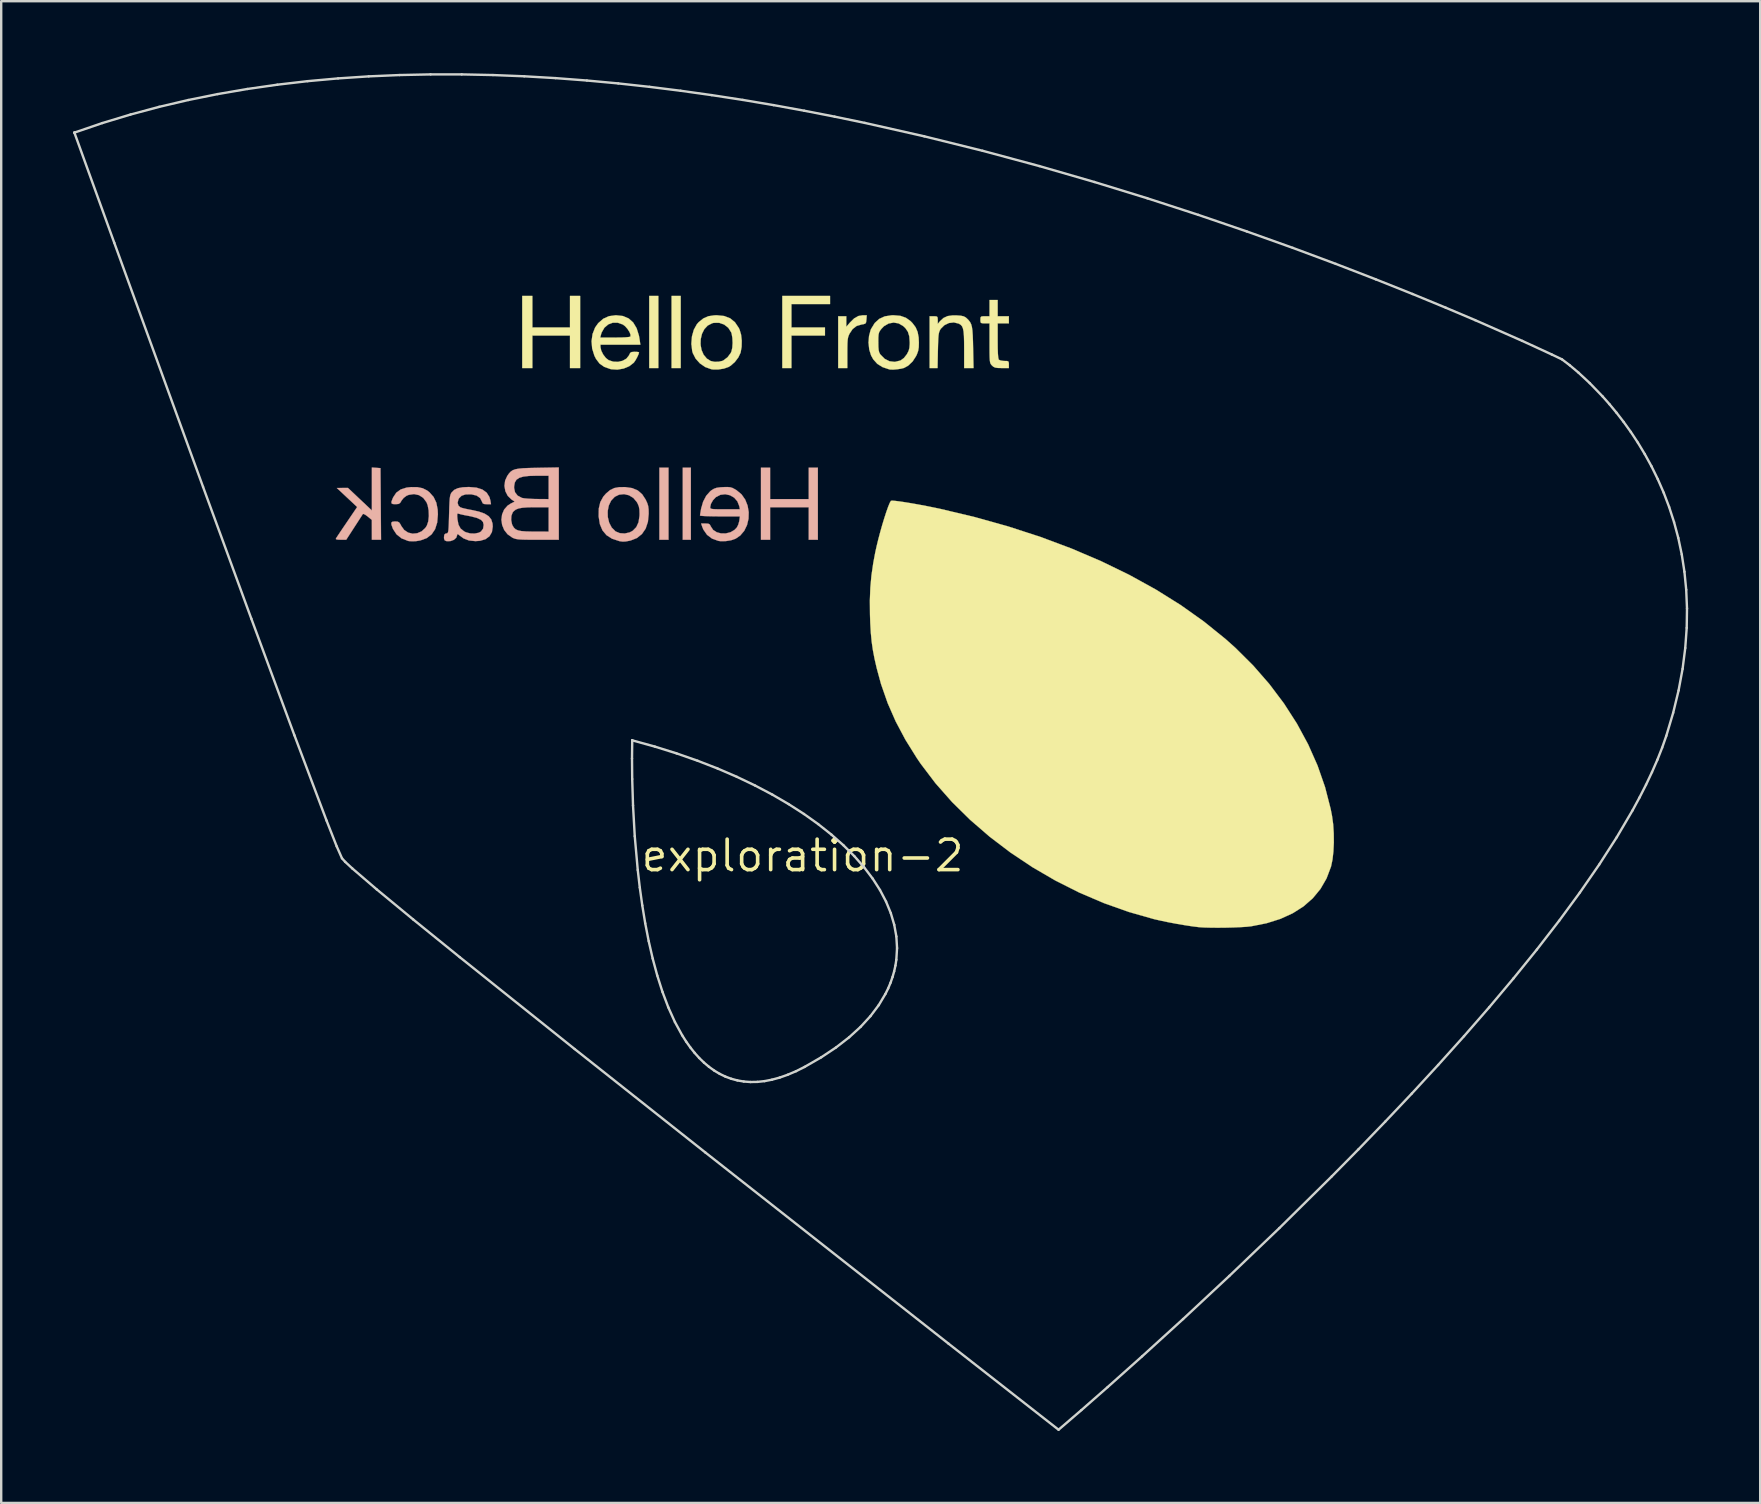
<source format=kicad_pcb>
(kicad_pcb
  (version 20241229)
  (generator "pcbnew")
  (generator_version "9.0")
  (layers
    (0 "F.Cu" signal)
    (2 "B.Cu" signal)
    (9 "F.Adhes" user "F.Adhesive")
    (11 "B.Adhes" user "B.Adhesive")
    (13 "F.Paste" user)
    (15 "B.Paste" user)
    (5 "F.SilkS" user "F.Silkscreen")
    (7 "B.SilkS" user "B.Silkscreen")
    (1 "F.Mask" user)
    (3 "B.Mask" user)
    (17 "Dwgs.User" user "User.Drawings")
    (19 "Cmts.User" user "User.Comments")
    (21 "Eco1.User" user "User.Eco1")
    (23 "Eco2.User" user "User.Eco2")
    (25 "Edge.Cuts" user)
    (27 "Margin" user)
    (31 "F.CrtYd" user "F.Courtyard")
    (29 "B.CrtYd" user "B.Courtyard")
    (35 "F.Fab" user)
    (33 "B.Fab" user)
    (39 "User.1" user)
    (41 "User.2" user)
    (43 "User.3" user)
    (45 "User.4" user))
  (footprint "exploration-2"
    (layer "F.Cu")
    (at 30.395 32.607)
    (property "Reference" "exploration-2" (at 0 0 0) (layer "F.SilkS") (effects (font (size 1.27 1.27) (thickness 0.15))))
    (attr through_hole)
    (fp_poly (pts (xy -6.011 -20.32) (xy -6.392 -20.32) (xy -6.392 -23.326) (xy -6.011 -23.326) (xy -6.011 -20.32)) (stroke (width 0.01) (type solid)) (fill yes) (layer "F.SilkS"))
    (fp_poly (pts (xy -5.08 -20.32) (xy -5.461 -20.32) (xy -5.461 -23.326) (xy -5.08 -23.326) (xy -5.08 -20.32)) (stroke (width 0.01) (type solid)) (fill yes) (layer "F.SilkS"))
    (fp_poly (pts (xy 1.143 -22.987) (xy -0.466 -22.987) (xy -0.466 -22.013) (xy 0.931 -22.013) (xy 0.931 -21.675) (xy -0.466 -21.675) (xy -0.466 -20.32) (xy -0.847 -20.32) (xy -0.847 -23.326) (xy 1.143 -23.326) (xy 1.143 -22.987)) (stroke (width 0.01) (type solid)) (fill yes) (layer "F.SilkS"))
    (fp_poly (pts (xy -11.261 -22.013) (xy -9.694 -22.013) (xy -9.694 -23.326) (xy -9.271 -23.326) (xy -9.271 -20.32) (xy -9.694 -20.32) (xy -9.694 -21.675) (xy -11.261 -21.675) (xy -11.261 -20.32) (xy -11.684 -20.32) (xy -11.684 -23.326) (xy -11.261 -23.326) (xy -11.261 -22.013)) (stroke (width 0.01) (type solid)) (fill yes) (layer "F.SilkS"))
    (fp_poly (pts (xy 2.659 -22.341) (xy 2.646 -22.228) (xy 2.613 -22.173) (xy 2.534 -22.147) (xy 2.465 -22.137) (xy 2.252 -22.075) (xy 2.084 -21.946) (xy 1.958 -21.758) (xy 1.92 -21.677) (xy 1.894 -21.595) (xy 1.877 -21.494) (xy 1.868 -21.358) (xy 1.864 -21.169) (xy 1.863 -20.946) (xy 1.863 -20.32) (xy 1.482 -20.32) (xy 1.482 -22.479) (xy 1.82 -22.479) (xy 1.82 -22.04) (xy 1.973 -22.218) (xy 2.149 -22.391) (xy 2.324 -22.489) (xy 2.513 -22.521) (xy 2.519 -22.521) (xy 2.672 -22.521) (xy 2.659 -22.341)) (stroke (width 0.01) (type solid)) (fill yes) (layer "F.SilkS"))
    (fp_poly (pts (xy 8.128 -22.479) (xy 8.594 -22.479) (xy 8.594 -22.183) (xy 8.128 -22.183) (xy 8.128 -21.45) (xy 8.13 -21.146) (xy 8.138 -20.92) (xy 8.15 -20.768) (xy 8.169 -20.684) (xy 8.179 -20.667) (xy 8.251 -20.635) (xy 8.368 -20.618) (xy 8.412 -20.616) (xy 8.525 -20.613) (xy 8.578 -20.589) (xy 8.593 -20.526) (xy 8.594 -20.468) (xy 8.594 -20.32) (xy 8.295 -20.32) (xy 8.131 -20.324) (xy 8.024 -20.34) (xy 7.95 -20.374) (xy 7.893 -20.424) (xy 7.858 -20.462) (xy 7.831 -20.502) (xy 7.813 -20.557) (xy 7.801 -20.639) (xy 7.794 -20.761) (xy 7.79 -20.935) (xy 7.789 -21.174) (xy 7.789 -21.355) (xy 7.789 -22.183) (xy 7.599 -22.183) (xy 7.482 -22.186) (xy 7.426 -22.207) (xy 7.41 -22.265) (xy 7.408 -22.331) (xy 7.412 -22.422) (xy 7.44 -22.465) (xy 7.514 -22.478) (xy 7.599 -22.479) (xy 7.789 -22.479) (xy 7.789 -23.156) (xy 8.128 -23.156) (xy 8.128 -22.479)) (stroke (width 0.01) (type solid)) (fill yes) (layer "F.SilkS"))
    (fp_poly (pts (xy 6.417 -22.514) (xy 6.591 -22.501) (xy 6.706 -22.477) (xy 6.789 -22.435) (xy 6.838 -22.394) (xy 6.917 -22.315) (xy 6.977 -22.238) (xy 7.022 -22.148) (xy 7.054 -22.035) (xy 7.075 -21.884) (xy 7.089 -21.683) (xy 7.099 -21.42) (xy 7.104 -21.177) (xy 7.122 -20.32) (xy 6.731 -20.32) (xy 6.731 -21.105) (xy 6.729 -21.42) (xy 6.722 -21.662) (xy 6.707 -21.841) (xy 6.681 -21.97) (xy 6.643 -22.06) (xy 6.589 -22.121) (xy 6.518 -22.166) (xy 6.499 -22.174) (xy 6.301 -22.222) (xy 6.096 -22.197) (xy 5.908 -22.107) (xy 5.759 -21.96) (xy 5.736 -21.924) (xy 5.705 -21.861) (xy 5.681 -21.787) (xy 5.664 -21.687) (xy 5.653 -21.546) (xy 5.645 -21.352) (xy 5.638 -21.088) (xy 5.637 -21.05) (xy 5.623 -20.32) (xy 5.292 -20.32) (xy 5.292 -22.479) (xy 5.461 -22.479) (xy 5.569 -22.475) (xy 5.618 -22.447) (xy 5.63 -22.372) (xy 5.631 -22.32) (xy 5.631 -22.162) (xy 5.726 -22.274) (xy 5.87 -22.407) (xy 6.041 -22.486) (xy 6.259 -22.516) (xy 6.417 -22.514)) (stroke (width 0.01) (type solid)) (fill yes) (layer "F.SilkS"))
    (fp_poly (pts (xy -3.267 -22.489) (xy -3.019 -22.393) (xy -2.819 -22.229) (xy -2.661 -21.994) (xy -2.625 -21.918) (xy -2.564 -21.712) (xy -2.536 -21.462) (xy -2.542 -21.203) (xy -2.583 -20.971) (xy -2.586 -20.959) (xy -2.677 -20.766) (xy -2.821 -20.576) (xy -2.993 -20.422) (xy -3.084 -20.366) (xy -3.279 -20.298) (xy -3.511 -20.261) (xy -3.737 -20.262) (xy -3.811 -20.273) (xy -4.058 -20.362) (xy -4.28 -20.514) (xy -4.458 -20.713) (xy -4.576 -20.942) (xy -4.602 -21.035) (xy -4.631 -21.297) (xy -4.253 -21.297) (xy -4.212 -21.075) (xy -4.125 -20.875) (xy -3.989 -20.713) (xy -3.831 -20.615) (xy -3.679 -20.581) (xy -3.499 -20.584) (xy -3.34 -20.62) (xy -3.31 -20.633) (xy -3.129 -20.769) (xy -2.994 -20.95) (xy -2.964 -21.018) (xy -2.93 -21.171) (xy -2.917 -21.369) (xy -2.927 -21.575) (xy -2.957 -21.751) (xy -2.976 -21.809) (xy -3.098 -21.999) (xy -3.271 -22.134) (xy -3.478 -22.206) (xy -3.7 -22.204) (xy -3.768 -22.188) (xy -3.954 -22.092) (xy -4.097 -21.939) (xy -4.194 -21.745) (xy -4.246 -21.525) (xy -4.253 -21.297) (xy -4.631 -21.297) (xy -4.636 -21.342) (xy -4.611 -21.642) (xy -4.534 -21.916) (xy -4.407 -22.146) (xy -4.328 -22.236) (xy -4.136 -22.389) (xy -3.928 -22.48) (xy -3.678 -22.518) (xy -3.568 -22.52) (xy -3.267 -22.489)) (stroke (width 0.01) (type solid)) (fill yes) (layer "F.SilkS"))
    (fp_poly (pts (xy 4.078 -22.495) (xy 4.306 -22.414) (xy 4.505 -22.27) (xy 4.577 -22.195) (xy 4.709 -22.019) (xy 4.792 -21.826) (xy 4.835 -21.595) (xy 4.845 -21.378) (xy 4.839 -21.185) (xy 4.815 -21.037) (xy 4.764 -20.895) (xy 4.729 -20.821) (xy 4.583 -20.595) (xy 4.397 -20.419) (xy 4.226 -20.325) (xy 4.105 -20.294) (xy 3.945 -20.27) (xy 3.783 -20.256) (xy 3.653 -20.258) (xy 3.619 -20.263) (xy 3.333 -20.358) (xy 3.112 -20.495) (xy 2.943 -20.684) (xy 2.851 -20.849) (xy 2.775 -21.094) (xy 2.747 -21.374) (xy 2.748 -21.402) (xy 3.154 -21.402) (xy 3.154 -21.399) (xy 3.157 -21.202) (xy 3.168 -21.068) (xy 3.191 -20.975) (xy 3.229 -20.902) (xy 3.242 -20.884) (xy 3.418 -20.706) (xy 3.622 -20.603) (xy 3.842 -20.577) (xy 4.066 -20.632) (xy 4.091 -20.643) (xy 4.222 -20.74) (xy 4.341 -20.891) (xy 4.35 -20.906) (xy 4.415 -21.033) (xy 4.449 -21.156) (xy 4.462 -21.31) (xy 4.463 -21.398) (xy 4.445 -21.643) (xy 4.387 -21.831) (xy 4.281 -21.986) (xy 4.191 -22.07) (xy 4 -22.181) (xy 3.792 -22.216) (xy 3.584 -22.177) (xy 3.392 -22.066) (xy 3.285 -21.956) (xy 3.223 -21.875) (xy 3.185 -21.802) (xy 3.164 -21.714) (xy 3.155 -21.589) (xy 3.154 -21.402) (xy 2.748 -21.402) (xy 2.767 -21.657) (xy 2.835 -21.91) (xy 2.853 -21.95) (xy 3.003 -22.195) (xy 3.191 -22.368) (xy 3.425 -22.475) (xy 3.712 -22.519) (xy 3.798 -22.52) (xy 4.078 -22.495)) (stroke (width 0.01) (type solid)) (fill yes) (layer "F.SilkS"))
    (fp_poly (pts (xy -7.486 -22.488) (xy -7.249 -22.388) (xy -7.06 -22.219) (xy -6.917 -21.98) (xy -6.82 -21.67) (xy -6.789 -21.49) (xy -6.762 -21.294) (xy -8.424 -21.294) (xy -8.424 -21.197) (xy -8.392 -21.048) (xy -8.311 -20.885) (xy -8.199 -20.74) (xy -8.086 -20.651) (xy -7.893 -20.587) (xy -7.691 -20.579) (xy -7.501 -20.623) (xy -7.342 -20.714) (xy -7.237 -20.846) (xy -7.225 -20.872) (xy -7.185 -20.952) (xy -7.126 -20.988) (xy -7.016 -20.997) (xy -6.997 -20.997) (xy -6.886 -20.993) (xy -6.822 -20.981) (xy -6.816 -20.975) (xy -6.837 -20.896) (xy -6.89 -20.779) (xy -6.958 -20.655) (xy -7.025 -20.556) (xy -7.04 -20.539) (xy -7.226 -20.396) (xy -7.46 -20.299) (xy -7.718 -20.255) (xy -7.973 -20.271) (xy -8.013 -20.28) (xy -8.267 -20.37) (xy -8.46 -20.505) (xy -8.609 -20.701) (xy -8.677 -20.835) (xy -8.77 -21.134) (xy -8.795 -21.44) (xy -8.774 -21.59) (xy -8.434 -21.59) (xy -7.818 -21.59) (xy -7.565 -21.593) (xy -7.368 -21.601) (xy -7.235 -21.615) (xy -7.176 -21.632) (xy -7.175 -21.633) (xy -7.171 -21.711) (xy -7.215 -21.823) (xy -7.294 -21.947) (xy -7.392 -22.059) (xy -7.488 -22.133) (xy -7.702 -22.21) (xy -7.91 -22.21) (xy -8.101 -22.138) (xy -8.26 -22.001) (xy -8.374 -21.804) (xy -8.404 -21.706) (xy -8.434 -21.59) (xy -8.774 -21.59) (xy -8.754 -21.736) (xy -8.649 -22.005) (xy -8.518 -22.191) (xy -8.308 -22.375) (xy -8.07 -22.482) (xy -7.791 -22.52) (xy -7.771 -22.52) (xy -7.486 -22.488)) (stroke (width 0.01) (type solid)) (fill yes) (layer "F.SilkS"))
    (fp_poly (pts (xy 3.86 -14.785) (xy 4.047 -14.762) (xy 4.282 -14.727) (xy 4.556 -14.682) (xy 4.857 -14.628) (xy 5.175 -14.568) (xy 5.497 -14.503) (xy 5.722 -14.456) (xy 7.172 -14.111) (xy 8.572 -13.719) (xy 9.919 -13.281) (xy 11.209 -12.798) (xy 12.442 -12.271) (xy 13.612 -11.702) (xy 14.718 -11.092) (xy 15.757 -10.443) (xy 16.725 -9.755) (xy 17.621 -9.031) (xy 18.036 -8.66) (xy 18.775 -7.925) (xy 19.45 -7.151) (xy 20.059 -6.342) (xy 20.598 -5.503) (xy 21.065 -4.64) (xy 21.457 -3.757) (xy 21.77 -2.859) (xy 22.003 -1.951) (xy 22.061 -1.655) (xy 22.108 -1.311) (xy 22.132 -0.934) (xy 22.136 -0.548) (xy 22.118 -0.175) (xy 22.08 0.162) (xy 22.022 0.441) (xy 22.017 0.458) (xy 21.833 0.945) (xy 21.58 1.383) (xy 21.26 1.772) (xy 20.874 2.111) (xy 20.423 2.398) (xy 19.908 2.633) (xy 19.333 2.814) (xy 18.698 2.94) (xy 18.509 2.961) (xy 18.256 2.977) (xy 17.96 2.99) (xy 17.639 2.998) (xy 17.315 3.001) (xy 17.009 2.999) (xy 16.74 2.992) (xy 16.528 2.979) (xy 16.51 2.977) (xy 16.25 2.945) (xy 15.933 2.897) (xy 15.586 2.838) (xy 15.235 2.772) (xy 14.906 2.703) (xy 14.651 2.645) (xy 13.594 2.345) (xy 12.553 1.975) (xy 11.533 1.539) (xy 10.541 1.04) (xy 9.584 0.483) (xy 8.668 -0.127) (xy 7.799 -0.787) (xy 6.983 -1.492) (xy 6.226 -2.238) (xy 5.536 -3.02) (xy 4.918 -3.835) (xy 4.762 -4.064) (xy 4.283 -4.833) (xy 3.879 -5.594) (xy 3.543 -6.361) (xy 3.268 -7.15) (xy 3.088 -7.811) (xy 2.997 -8.206) (xy 2.928 -8.568) (xy 2.877 -8.921) (xy 2.842 -9.291) (xy 2.818 -9.702) (xy 2.807 -10.054) (xy 2.802 -10.637) (xy 2.822 -11.168) (xy 2.868 -11.679) (xy 2.944 -12.2) (xy 3.025 -12.631) (xy 3.084 -12.9) (xy 3.155 -13.191) (xy 3.235 -13.492) (xy 3.319 -13.79) (xy 3.405 -14.072) (xy 3.487 -14.325) (xy 3.562 -14.536) (xy 3.626 -14.693) (xy 3.675 -14.782) (xy 3.681 -14.788) (xy 3.735 -14.795) (xy 3.86 -14.785)) (stroke (width 0.01) (type solid)) (fill yes) (layer "F.SilkS"))
    (fp_poly (pts (xy -5.588 -13.166) (xy -5.969 -13.166) (xy -5.969 -16.171) (xy -5.588 -16.171) (xy -5.588 -13.166)) (stroke (width 0.01) (type solid)) (fill yes) (layer "B.SilkS"))
    (fp_poly (pts (xy -4.657 -13.166) (xy -4.995 -13.166) (xy -4.995 -16.171) (xy -4.657 -16.171) (xy -4.657 -13.166)) (stroke (width 0.01) (type solid)) (fill yes) (layer "B.SilkS"))
    (fp_poly (pts (xy -1.355 -14.859) (xy 0.254 -14.859) (xy 0.254 -16.171) (xy 0.635 -16.171) (xy 0.635 -13.166) (xy 0.254 -13.166) (xy 0.254 -14.52) (xy -1.355 -14.52) (xy -1.355 -13.166) (xy -1.736 -13.166) (xy -1.736 -16.171) (xy -1.355 -16.171) (xy -1.355 -14.859)) (stroke (width 0.01) (type solid)) (fill yes) (layer "B.SilkS"))
    (fp_poly (pts (xy -17.769 -16.163) (xy -17.59 -16.15) (xy -17.567 -13.166) (xy -17.949 -13.166) (xy -17.951 -13.991) (xy -18.124 -14.135) (xy -18.225 -14.208) (xy -18.3 -14.242) (xy -18.324 -14.238) (xy -18.356 -14.189) (xy -18.425 -14.083) (xy -18.521 -13.934) (xy -18.637 -13.755) (xy -18.685 -13.681) (xy -19.018 -13.166) (xy -19.248 -13.166) (xy -19.383 -13.171) (xy -19.445 -13.188) (xy -19.447 -13.219) (xy -19.414 -13.269) (xy -19.342 -13.378) (xy -19.239 -13.532) (xy -19.113 -13.719) (xy -18.99 -13.9) (xy -18.563 -14.53) (xy -18.986 -14.926) (xy -19.41 -15.323) (xy -19.177 -15.324) (xy -18.944 -15.324) (xy -18.447 -14.855) (xy -17.949 -14.386) (xy -17.949 -16.176) (xy -17.769 -16.163)) (stroke (width 0.01) (type solid)) (fill yes) (layer "B.SilkS"))
    (fp_poly (pts (xy -7.101 -15.318) (xy -6.869 -15.22) (xy -6.685 -15.06) (xy -6.541 -14.839) (xy -6.474 -14.695) (xy -6.435 -14.57) (xy -6.417 -14.428) (xy -6.414 -14.248) (xy -6.446 -13.915) (xy -6.54 -13.632) (xy -6.694 -13.406) (xy -6.904 -13.238) (xy -7.168 -13.134) (xy -7.201 -13.126) (xy -7.368 -13.095) (xy -7.492 -13.088) (xy -7.61 -13.103) (xy -7.641 -13.11) (xy -7.941 -13.209) (xy -8.173 -13.357) (xy -8.342 -13.56) (xy -8.45 -13.819) (xy -8.5 -14.14) (xy -8.5 -14.145) (xy -8.496 -14.357) (xy -8.123 -14.357) (xy -8.118 -14.113) (xy -8.062 -13.88) (xy -7.956 -13.675) (xy -7.799 -13.518) (xy -7.789 -13.511) (xy -7.614 -13.44) (xy -7.41 -13.427) (xy -7.208 -13.472) (xy -7.082 -13.538) (xy -6.932 -13.69) (xy -6.838 -13.894) (xy -6.798 -14.159) (xy -6.795 -14.245) (xy -6.801 -14.425) (xy -6.826 -14.558) (xy -6.877 -14.679) (xy -6.908 -14.735) (xy -7.052 -14.907) (xy -7.236 -15.019) (xy -7.44 -15.066) (xy -7.647 -15.044) (xy -7.828 -14.955) (xy -7.979 -14.796) (xy -8.077 -14.591) (xy -8.123 -14.357) (xy -8.496 -14.357) (xy -8.494 -14.465) (xy -8.431 -14.733) (xy -8.306 -14.962) (xy -8.192 -15.093) (xy -8.025 -15.234) (xy -7.848 -15.32) (xy -7.639 -15.359) (xy -7.39 -15.36) (xy -7.101 -15.318)) (stroke (width 0.01) (type solid)) (fill yes) (layer "B.SilkS"))
    (fp_poly (pts (xy -16.047 -15.357) (xy -15.832 -15.312) (xy -15.648 -15.22) (xy -15.547 -15.141) (xy -15.375 -14.945) (xy -15.263 -14.709) (xy -15.207 -14.421) (xy -15.198 -14.224) (xy -15.227 -13.885) (xy -15.314 -13.607) (xy -15.459 -13.391) (xy -15.664 -13.234) (xy -15.928 -13.137) (xy -16.111 -13.107) (xy -16.264 -13.101) (xy -16.404 -13.11) (xy -16.447 -13.119) (xy -16.714 -13.225) (xy -16.922 -13.391) (xy -17.068 -13.614) (xy -17.079 -13.641) (xy -17.133 -13.787) (xy -17.14 -13.874) (xy -17.095 -13.916) (xy -16.993 -13.928) (xy -16.979 -13.928) (xy -16.876 -13.921) (xy -16.811 -13.887) (xy -16.756 -13.806) (xy -16.724 -13.741) (xy -16.601 -13.571) (xy -16.438 -13.464) (xy -16.252 -13.419) (xy -16.06 -13.437) (xy -15.878 -13.515) (xy -15.723 -13.656) (xy -15.657 -13.758) (xy -15.599 -13.932) (xy -15.575 -14.153) (xy -15.584 -14.388) (xy -15.625 -14.605) (xy -15.674 -14.73) (xy -15.809 -14.911) (xy -15.988 -15.025) (xy -16.193 -15.069) (xy -16.41 -15.037) (xy -16.507 -14.997) (xy -16.624 -14.909) (xy -16.714 -14.796) (xy -16.719 -14.786) (xy -16.772 -14.698) (xy -16.838 -14.658) (xy -16.952 -14.648) (xy -16.965 -14.648) (xy -17.077 -14.654) (xy -17.131 -14.684) (xy -17.133 -14.753) (xy -17.087 -14.875) (xy -17.063 -14.93) (xy -16.933 -15.126) (xy -16.746 -15.262) (xy -16.5 -15.34) (xy -16.316 -15.36) (xy -16.047 -15.357)) (stroke (width 0.01) (type solid)) (fill yes) (layer "B.SilkS"))
    (fp_poly (pts (xy -10.16 -13.166) (xy -11.038 -13.166) (xy -11.336 -13.166) (xy -11.563 -13.169) (xy -11.731 -13.174) (xy -11.855 -13.184) (xy -11.946 -13.199) (xy -12.019 -13.22) (xy -12.086 -13.249) (xy -12.1 -13.257) (xy -12.295 -13.394) (xy -12.436 -13.574) (xy -12.522 -13.783) (xy -12.549 -13.989) (xy -12.145 -13.989) (xy -12.11 -13.815) (xy -12.086 -13.757) (xy -12.029 -13.667) (xy -11.958 -13.601) (xy -11.858 -13.556) (xy -11.718 -13.527) (xy -11.522 -13.512) (xy -11.259 -13.506) (xy -11.187 -13.506) (xy -10.583 -13.504) (xy -10.583 -14.52) (xy -11.156 -14.52) (xy -11.45 -14.516) (xy -11.672 -14.5) (xy -11.835 -14.47) (xy -11.954 -14.422) (xy -12.04 -14.354) (xy -12.081 -14.304) (xy -12.135 -14.164) (xy -12.145 -13.989) (xy -12.549 -13.989) (xy -12.551 -14.005) (xy -12.523 -14.223) (xy -12.438 -14.423) (xy -12.294 -14.588) (xy -12.169 -14.67) (xy -11.999 -14.756) (xy -12.125 -14.839) (xy -12.286 -14.992) (xy -12.387 -15.189) (xy -12.41 -15.325) (xy -12.023 -15.325) (xy -11.984 -15.145) (xy -11.875 -15.004) (xy -11.704 -14.913) (xy -11.684 -14.907) (xy -11.581 -14.89) (xy -11.418 -14.876) (xy -11.219 -14.866) (xy -11.06 -14.863) (xy -10.583 -14.859) (xy -10.583 -15.833) (xy -11.09 -15.833) (xy -11.402 -15.825) (xy -11.64 -15.797) (xy -11.811 -15.745) (xy -11.926 -15.665) (xy -11.993 -15.55) (xy -12.021 -15.397) (xy -12.023 -15.325) (xy -12.41 -15.325) (xy -12.425 -15.41) (xy -12.396 -15.634) (xy -12.307 -15.826) (xy -12.237 -15.926) (xy -12.166 -16.003) (xy -12.084 -16.06) (xy -11.977 -16.101) (xy -11.834 -16.128) (xy -11.644 -16.146) (xy -11.393 -16.156) (xy -11.071 -16.163) (xy -11.038 -16.164) (xy -10.16 -16.179) (xy -10.16 -13.166)) (stroke (width 0.01) (type solid)) (fill yes) (layer "B.SilkS"))
    (fp_poly (pts (xy -3.016 -15.353) (xy -2.916 -15.322) (xy -2.804 -15.261) (xy -2.756 -15.232) (xy -2.547 -15.059) (xy -2.392 -14.839) (xy -2.292 -14.587) (xy -2.246 -14.317) (xy -2.254 -14.042) (xy -2.316 -13.779) (xy -2.431 -13.54) (xy -2.599 -13.341) (xy -2.79 -13.211) (xy -2.983 -13.143) (xy -3.213 -13.107) (xy -3.436 -13.108) (xy -3.514 -13.119) (xy -3.775 -13.214) (xy -3.984 -13.372) (xy -4.136 -13.59) (xy -4.183 -13.705) (xy -4.229 -13.843) (xy -4.05 -13.843) (xy -3.932 -13.836) (xy -3.869 -13.803) (xy -3.828 -13.728) (xy -3.824 -13.718) (xy -3.729 -13.576) (xy -3.581 -13.479) (xy -3.4 -13.43) (xy -3.204 -13.429) (xy -3.011 -13.477) (xy -2.842 -13.573) (xy -2.741 -13.677) (xy -2.683 -13.792) (xy -2.642 -13.936) (xy -2.637 -13.963) (xy -2.614 -14.139) (xy -3.445 -14.139) (xy -3.699 -14.141) (xy -3.923 -14.146) (xy -4.101 -14.153) (xy -4.223 -14.162) (xy -4.275 -14.172) (xy -4.276 -14.174) (xy -4.269 -14.231) (xy -4.25 -14.345) (xy -4.23 -14.46) (xy -4.212 -14.522) (xy -3.852 -14.522) (xy -3.848 -14.489) (xy -3.828 -14.465) (xy -3.78 -14.45) (xy -3.689 -14.441) (xy -3.544 -14.437) (xy -3.331 -14.436) (xy -3.233 -14.436) (xy -2.614 -14.436) (xy -2.641 -14.57) (xy -2.719 -14.767) (xy -2.853 -14.92) (xy -3.027 -15.02) (xy -3.223 -15.062) (xy -3.423 -15.039) (xy -3.609 -14.944) (xy -3.616 -14.939) (xy -3.735 -14.813) (xy -3.82 -14.662) (xy -3.852 -14.522) (xy -4.212 -14.522) (xy -4.147 -14.75) (xy -4.017 -14.999) (xy -3.849 -15.188) (xy -3.797 -15.228) (xy -3.69 -15.293) (xy -3.58 -15.331) (xy -3.438 -15.351) (xy -3.306 -15.359) (xy -3.135 -15.363) (xy -3.016 -15.353)) (stroke (width 0.01) (type solid)) (fill yes) (layer "B.SilkS"))
    (fp_poly (pts (xy -13.594 -15.338) (xy -13.347 -15.26) (xy -13.165 -15.128) (xy -13.049 -14.944) (xy -13.009 -14.796) (xy -12.985 -14.647) (xy -13.159 -14.647) (xy -13.274 -14.655) (xy -13.333 -14.687) (xy -13.359 -14.749) (xy -13.438 -14.903) (xy -13.583 -15.006) (xy -13.794 -15.056) (xy -13.833 -15.059) (xy -14.053 -15.053) (xy -14.211 -14.999) (xy -14.318 -14.893) (xy -14.343 -14.846) (xy -14.377 -14.703) (xy -14.338 -14.583) (xy -14.262 -14.518) (xy -14.183 -14.49) (xy -14.046 -14.456) (xy -13.875 -14.421) (xy -13.809 -14.409) (xy -13.493 -14.34) (xy -13.253 -14.255) (xy -13.082 -14.147) (xy -12.974 -14.011) (xy -12.921 -13.841) (xy -12.912 -13.716) (xy -12.946 -13.489) (xy -13.047 -13.313) (xy -13.212 -13.19) (xy -13.439 -13.122) (xy -13.631 -13.108) (xy -13.903 -13.135) (xy -14.128 -13.222) (xy -14.298 -13.347) (xy -14.365 -13.401) (xy -14.391 -13.394) (xy -14.393 -13.368) (xy -14.432 -13.252) (xy -14.532 -13.162) (xy -14.673 -13.11) (xy -14.833 -13.107) (xy -14.848 -13.11) (xy -14.916 -13.142) (xy -14.942 -13.218) (xy -14.944 -13.271) (xy -14.932 -13.373) (xy -14.888 -13.418) (xy -14.848 -13.427) (xy -14.815 -13.434) (xy -14.79 -13.453) (xy -14.772 -13.494) (xy -14.759 -13.569) (xy -14.75 -13.69) (xy -14.742 -13.868) (xy -14.735 -14.115) (xy -14.734 -14.167) (xy -14.394 -14.167) (xy -14.384 -14.029) (xy -14.382 -14.015) (xy -14.34 -13.794) (xy -14.252 -13.633) (xy -14.108 -13.517) (xy -14.034 -13.479) (xy -13.855 -13.43) (xy -13.664 -13.424) (xy -13.493 -13.459) (xy -13.404 -13.507) (xy -13.314 -13.629) (xy -13.291 -13.785) (xy -13.319 -13.905) (xy -13.396 -13.992) (xy -13.557 -14.07) (xy -13.799 -14.136) (xy -13.92 -14.16) (xy -14.087 -14.191) (xy -14.229 -14.222) (xy -14.318 -14.246) (xy -14.326 -14.249) (xy -14.369 -14.26) (xy -14.39 -14.238) (xy -14.394 -14.167) (xy -14.734 -14.167) (xy -14.732 -14.232) (xy -14.724 -14.513) (xy -14.715 -14.722) (xy -14.705 -14.874) (xy -14.69 -14.98) (xy -14.671 -15.053) (xy -14.645 -15.108) (xy -14.622 -15.142) (xy -14.516 -15.245) (xy -14.367 -15.314) (xy -14.164 -15.352) (xy -13.906 -15.364) (xy -13.594 -15.338)) (stroke (width 0.01) (type solid)) (fill yes) (layer "B.SilkS"))
    (fp_line (start -30.345 -30.131) (end -29.184 -30.528) (stroke (width 0.1) (type solid)) (layer "Edge.Cuts"))
    (fp_line (start -30.345 -30.131) (end -30.345 -30.131) (stroke (width 0.1) (type solid)) (layer "Edge.Cuts"))
    (fp_line (start -30.345 -30.131) (end -30.345 -30.131) (stroke (width 0.1) (type solid)) (layer "Edge.Cuts"))
    (fp_line (start -29.184 -30.528) (end -28.006 -30.885) (stroke (width 0.1) (type solid)) (layer "Edge.Cuts"))
    (fp_line (start -28.683 -25.539) (end -30.345 -30.131) (stroke (width 0.1) (type solid)) (layer "Edge.Cuts"))
    (fp_line (start -28.006 -30.885) (end -26.811 -31.205) (stroke (width 0.1) (type solid)) (layer "Edge.Cuts"))
    (fp_line (start -26.811 -31.205) (end -25.6 -31.489) (stroke (width 0.1) (type solid)) (layer "Edge.Cuts"))
    (fp_line (start -25.6 -31.489) (end -24.376 -31.736) (stroke (width 0.1) (type solid)) (layer "Edge.Cuts"))
    (fp_line (start -24.983 -15.366) (end -28.683 -25.539) (stroke (width 0.1) (type solid)) (layer "Edge.Cuts"))
    (fp_line (start -24.376 -31.736) (end -23.138 -31.949) (stroke (width 0.1) (type solid)) (layer "Edge.Cuts"))
    (fp_line (start -23.138 -31.949) (end -21.888 -32.128) (stroke (width 0.1) (type solid)) (layer "Edge.Cuts"))
    (fp_line (start -22.972 -9.876) (end -24.983 -15.366) (stroke (width 0.1) (type solid)) (layer "Edge.Cuts"))
    (fp_line (start -21.888 -32.128) (end -20.628 -32.275) (stroke (width 0.1) (type solid)) (layer "Edge.Cuts"))
    (fp_line (start -21.176 -5.016) (end -22.972 -9.876) (stroke (width 0.1) (type solid)) (layer "Edge.Cuts"))
    (fp_line (start -20.628 -32.275) (end -19.358 -32.39) (stroke (width 0.1) (type solid)) (layer "Edge.Cuts"))
    (fp_line (start -19.837 -1.463) (end -21.176 -5.016) (stroke (width 0.1) (type solid)) (layer "Edge.Cuts"))
    (fp_line (start -19.414 -0.388) (end -19.837 -1.463) (stroke (width 0.1) (type solid)) (layer "Edge.Cuts"))
    (fp_line (start -19.358 -32.39) (end -18.079 -32.475) (stroke (width 0.1) (type solid)) (layer "Edge.Cuts"))
    (fp_line (start -19.195 0.107) (end -19.414 -0.388) (stroke (width 0.1) (type solid)) (layer "Edge.Cuts"))
    (fp_line (start -19.059 0.259) (end -19.195 0.107) (stroke (width 0.1) (type solid)) (layer "Edge.Cuts"))
    (fp_line (start -18.766 0.53) (end -19.059 0.259) (stroke (width 0.1) (type solid)) (layer "Edge.Cuts"))
    (fp_line (start -18.079 -32.475) (end -16.794 -32.53) (stroke (width 0.1) (type solid)) (layer "Edge.Cuts"))
    (fp_line (start -17.749 1.402) (end -18.766 0.53) (stroke (width 0.1) (type solid)) (layer "Edge.Cuts"))
    (fp_line (start -16.794 -32.53) (end -15.502 -32.557) (stroke (width 0.1) (type solid)) (layer "Edge.Cuts"))
    (fp_line (start -16.229 2.656) (end -17.749 1.402) (stroke (width 0.1) (type solid)) (layer "Edge.Cuts"))
    (fp_line (start -15.502 -32.557) (end -14.205 -32.557) (stroke (width 0.1) (type solid)) (layer "Edge.Cuts"))
    (fp_line (start -14.29 4.226) (end -16.229 2.656) (stroke (width 0.1) (type solid)) (layer "Edge.Cuts"))
    (fp_line (start -14.205 -32.557) (end -12.904 -32.53) (stroke (width 0.1) (type solid)) (layer "Edge.Cuts"))
    (fp_line (start -12.904 -32.53) (end -11.6 -32.478) (stroke (width 0.1) (type solid)) (layer "Edge.Cuts"))
    (fp_line (start -11.6 -32.478) (end -10.295 -32.402) (stroke (width 0.1) (type solid)) (layer "Edge.Cuts"))
    (fp_line (start -10.295 -32.402) (end -8.989 -32.302) (stroke (width 0.1) (type solid)) (layer "Edge.Cuts"))
    (fp_line (start -9.498 8.057) (end -14.29 4.226) (stroke (width 0.1) (type solid)) (layer "Edge.Cuts"))
    (fp_line (start -8.989 -32.302) (end -7.684 -32.181) (stroke (width 0.1) (type solid)) (layer "Edge.Cuts"))
    (fp_line (start -7.684 -32.181) (end -6.381 -32.038) (stroke (width 0.1) (type solid)) (layer "Edge.Cuts"))
    (fp_line (start -7.109 -4.051) (end -7.1 -4.807) (stroke (width 0.1) (type solid)) (layer "Edge.Cuts"))
    (fp_line (start -7.101 -3.194) (end -7.109 -4.051) (stroke (width 0.1) (type solid)) (layer "Edge.Cuts"))
    (fp_line (start -7.1 -4.807) (end -7.1 -4.807) (stroke (width 0.1) (type solid)) (layer "Edge.Cuts"))
    (fp_line (start -7.1 -4.807) (end -7.1 -4.807) (stroke (width 0.1) (type solid)) (layer "Edge.Cuts"))
    (fp_line (start -7.1 -4.807) (end -6.159 -4.547) (stroke (width 0.1) (type solid)) (layer "Edge.Cuts"))
    (fp_line (start -7.067 -2.096) (end -7.101 -3.194) (stroke (width 0.1) (type solid)) (layer "Edge.Cuts"))
    (fp_line (start -6.995 -0.813) (end -7.067 -2.096) (stroke (width 0.1) (type solid)) (layer "Edge.Cuts"))
    (fp_line (start -6.87 0.595) (end -6.995 -0.813) (stroke (width 0.1) (type solid)) (layer "Edge.Cuts"))
    (fp_line (start -6.785 1.328) (end -6.87 0.595) (stroke (width 0.1) (type solid)) (layer "Edge.Cuts"))
    (fp_line (start -6.681 2.071) (end -6.785 1.328) (stroke (width 0.1) (type solid)) (layer "Edge.Cuts"))
    (fp_line (start -6.559 2.816) (end -6.681 2.071) (stroke (width 0.1) (type solid)) (layer "Edge.Cuts"))
    (fp_line (start -6.415 3.556) (end -6.559 2.816) (stroke (width 0.1) (type solid)) (layer "Edge.Cuts"))
    (fp_line (start -6.381 -32.038) (end -5.082 -31.875) (stroke (width 0.1) (type solid)) (layer "Edge.Cuts"))
    (fp_line (start -6.248 4.284) (end -6.415 3.556) (stroke (width 0.1) (type solid)) (layer "Edge.Cuts"))
    (fp_line (start -6.159 -4.547) (end -5.252 -4.263) (stroke (width 0.1) (type solid)) (layer "Edge.Cuts"))
    (fp_line (start -6.057 4.993) (end -6.248 4.284) (stroke (width 0.1) (type solid)) (layer "Edge.Cuts"))
    (fp_line (start -5.84 5.675) (end -6.057 4.993) (stroke (width 0.1) (type solid)) (layer "Edge.Cuts"))
    (fp_line (start -5.596 6.322) (end -5.84 5.675) (stroke (width 0.1) (type solid)) (layer "Edge.Cuts"))
    (fp_line (start -5.322 6.929) (end -5.596 6.322) (stroke (width 0.1) (type solid)) (layer "Edge.Cuts"))
    (fp_line (start -5.252 -4.263) (end -4.38 -3.958) (stroke (width 0.1) (type solid)) (layer "Edge.Cuts"))
    (fp_line (start -5.082 -31.875) (end -3.786 -31.693) (stroke (width 0.1) (type solid)) (layer "Edge.Cuts"))
    (fp_line (start -5.017 7.487) (end -5.322 6.929) (stroke (width 0.1) (type solid)) (layer "Edge.Cuts"))
    (fp_line (start -4.853 7.746) (end -5.017 7.487) (stroke (width 0.1) (type solid)) (layer "Edge.Cuts"))
    (fp_line (start -4.68 7.989) (end -4.853 7.746) (stroke (width 0.1) (type solid)) (layer "Edge.Cuts"))
    (fp_line (start -4.499 8.217) (end -4.68 7.989) (stroke (width 0.1) (type solid)) (layer "Edge.Cuts"))
    (fp_line (start -4.38 -3.958) (end -3.543 -3.633) (stroke (width 0.1) (type solid)) (layer "Edge.Cuts"))
    (fp_line (start -4.309 8.429) (end -4.499 8.217) (stroke (width 0.1) (type solid)) (layer "Edge.Cuts"))
    (fp_line (start -4.11 8.622) (end -4.309 8.429) (stroke (width 0.1) (type solid)) (layer "Edge.Cuts"))
    (fp_line (start -4.052 12.368) (end -9.498 8.057) (stroke (width 0.1) (type solid)) (layer "Edge.Cuts"))
    (fp_line (start -3.902 8.797) (end -4.11 8.622) (stroke (width 0.1) (type solid)) (layer "Edge.Cuts"))
    (fp_line (start -3.786 -31.693) (end -2.495 -31.494) (stroke (width 0.1) (type solid)) (layer "Edge.Cuts"))
    (fp_line (start -3.685 8.953) (end -3.902 8.797) (stroke (width 0.1) (type solid)) (layer "Edge.Cuts"))
    (fp_line (start -3.543 -3.633) (end -2.744 -3.288) (stroke (width 0.1) (type solid)) (layer "Edge.Cuts"))
    (fp_line (start -3.458 9.089) (end -3.685 8.953) (stroke (width 0.1) (type solid)) (layer "Edge.Cuts"))
    (fp_line (start -3.222 9.203) (end -3.458 9.089) (stroke (width 0.1) (type solid)) (layer "Edge.Cuts"))
    (fp_line (start -2.975 9.295) (end -3.222 9.203) (stroke (width 0.1) (type solid)) (layer "Edge.Cuts"))
    (fp_line (start -2.744 -3.288) (end -1.983 -2.925) (stroke (width 0.1) (type solid)) (layer "Edge.Cuts"))
    (fp_line (start -2.718 9.364) (end -2.975 9.295) (stroke (width 0.1) (type solid)) (layer "Edge.Cuts"))
    (fp_line (start -2.495 -31.494) (end -1.211 -31.277) (stroke (width 0.1) (type solid)) (layer "Edge.Cuts"))
    (fp_line (start -2.451 9.41) (end -2.718 9.364) (stroke (width 0.1) (type solid)) (layer "Edge.Cuts"))
    (fp_line (start -2.174 9.43) (end -2.451 9.41) (stroke (width 0.1) (type solid)) (layer "Edge.Cuts"))
    (fp_line (start -1.983 -2.925) (end -1.262 -2.545) (stroke (width 0.1) (type solid)) (layer "Edge.Cuts"))
    (fp_line (start -1.885 9.425) (end -2.174 9.43) (stroke (width 0.1) (type solid)) (layer "Edge.Cuts"))
    (fp_line (start -1.586 9.393) (end -1.885 9.425) (stroke (width 0.1) (type solid)) (layer "Edge.Cuts"))
    (fp_line (start -1.276 9.333) (end -1.586 9.393) (stroke (width 0.1) (type solid)) (layer "Edge.Cuts"))
    (fp_line (start -1.262 -2.545) (end -0.583 -2.149) (stroke (width 0.1) (type solid)) (layer "Edge.Cuts"))
    (fp_line (start -1.211 -31.277) (end 0.065 -31.044) (stroke (width 0.1) (type solid)) (layer "Edge.Cuts"))
    (fp_line (start -0.954 9.245) (end -1.276 9.333) (stroke (width 0.1) (type solid)) (layer "Edge.Cuts"))
    (fp_line (start -0.62 9.127) (end -0.954 9.245) (stroke (width 0.1) (type solid)) (layer "Edge.Cuts"))
    (fp_line (start -0.583 -2.149) (end 0.055 -1.739) (stroke (width 0.1) (type solid)) (layer "Edge.Cuts"))
    (fp_line (start -0.275 8.98) (end -0.62 9.127) (stroke (width 0.1) (type solid)) (layer "Edge.Cuts"))
    (fp_line (start 0.055 -1.739) (end 0.649 -1.316) (stroke (width 0.1) (type solid)) (layer "Edge.Cuts"))
    (fp_line (start 0.065 -31.044) (end 1.332 -30.797) (stroke (width 0.1) (type solid)) (layer "Edge.Cuts"))
    (fp_line (start 0.082 8.801) (end -0.275 8.98) (stroke (width 0.1) (type solid)) (layer "Edge.Cuts"))
    (fp_line (start 0.649 -1.316) (end 1.198 -0.88) (stroke (width 0.1) (type solid)) (layer "Edge.Cuts"))
    (fp_line (start 0.772 8.403) (end 0.082 8.801) (stroke (width 0.1) (type solid)) (layer "Edge.Cuts"))
    (fp_line (start 1.198 -0.88) (end 1.7 -0.435) (stroke (width 0.1) (type solid)) (layer "Edge.Cuts"))
    (fp_line (start 1.332 -30.797) (end 2.59 -30.536) (stroke (width 0.1) (type solid)) (layer "Edge.Cuts"))
    (fp_line (start 1.39 7.992) (end 0.772 8.403) (stroke (width 0.1) (type solid)) (layer "Edge.Cuts"))
    (fp_line (start 1.7 -0.435) (end 2.156 0.02) (stroke (width 0.1) (type solid)) (layer "Edge.Cuts"))
    (fp_line (start 1.938 7.567) (end 1.39 7.992) (stroke (width 0.1) (type solid)) (layer "Edge.Cuts"))
    (fp_line (start 2.156 0.02) (end 2.562 0.484) (stroke (width 0.1) (type solid)) (layer "Edge.Cuts"))
    (fp_line (start 2.417 7.131) (end 1.938 7.567) (stroke (width 0.1) (type solid)) (layer "Edge.Cuts"))
    (fp_line (start 2.562 0.484) (end 2.919 0.954) (stroke (width 0.1) (type solid)) (layer "Edge.Cuts"))
    (fp_line (start 2.59 -30.536) (end 5.07 -29.976) (stroke (width 0.1) (type solid)) (layer "Edge.Cuts"))
    (fp_line (start 2.827 6.684) (end 2.417 7.131) (stroke (width 0.1) (type solid)) (layer "Edge.Cuts"))
    (fp_line (start 2.919 0.954) (end 3.224 1.43) (stroke (width 0.1) (type solid)) (layer "Edge.Cuts"))
    (fp_line (start 3.171 6.228) (end 2.827 6.684) (stroke (width 0.1) (type solid)) (layer "Edge.Cuts"))
    (fp_line (start 3.224 1.43) (end 3.476 1.91) (stroke (width 0.1) (type solid)) (layer "Edge.Cuts"))
    (fp_line (start 3.449 5.763) (end 3.171 6.228) (stroke (width 0.1) (type solid)) (layer "Edge.Cuts"))
    (fp_line (start 3.476 1.91) (end 3.675 2.394) (stroke (width 0.1) (type solid)) (layer "Edge.Cuts"))
    (fp_line (start 3.565 5.529) (end 3.449 5.763) (stroke (width 0.1) (type solid)) (layer "Edge.Cuts"))
    (fp_line (start 3.664 5.293) (end 3.565 5.529) (stroke (width 0.1) (type solid)) (layer "Edge.Cuts"))
    (fp_line (start 3.675 2.394) (end 3.818 2.88) (stroke (width 0.1) (type solid)) (layer "Edge.Cuts"))
    (fp_line (start 3.747 5.055) (end 3.664 5.293) (stroke (width 0.1) (type solid)) (layer "Edge.Cuts"))
    (fp_line (start 3.815 4.816) (end 3.747 5.055) (stroke (width 0.1) (type solid)) (layer "Edge.Cuts"))
    (fp_line (start 3.818 2.88) (end 3.906 3.366) (stroke (width 0.1) (type solid)) (layer "Edge.Cuts"))
    (fp_line (start 3.868 4.576) (end 3.815 4.816) (stroke (width 0.1) (type solid)) (layer "Edge.Cuts"))
    (fp_line (start 3.905 4.335) (end 3.868 4.576) (stroke (width 0.1) (type solid)) (layer "Edge.Cuts"))
    (fp_line (start 3.906 3.366) (end 3.935 3.851) (stroke (width 0.1) (type solid)) (layer "Edge.Cuts"))
    (fp_line (start 3.935 3.851) (end 3.905 4.335) (stroke (width 0.1) (type solid)) (layer "Edge.Cuts"))
    (fp_line (start 5.07 -29.976) (end 7.498 -29.374) (stroke (width 0.1) (type solid)) (layer "Edge.Cuts"))
    (fp_line (start 6.079 20.332) (end -4.052 12.368) (stroke (width 0.1) (type solid)) (layer "Edge.Cuts"))
    (fp_line (start 7.498 -29.374) (end 9.862 -28.737) (stroke (width 0.1) (type solid)) (layer "Edge.Cuts"))
    (fp_line (start 9.862 -28.737) (end 12.154 -28.074) (stroke (width 0.1) (type solid)) (layer "Edge.Cuts"))
    (fp_line (start 10.665 23.92) (end 6.079 20.332) (stroke (width 0.1) (type solid)) (layer "Edge.Cuts"))
    (fp_line (start 11.614 23.104) (end 10.665 23.92) (stroke (width 0.1) (type solid)) (layer "Edge.Cuts"))
    (fp_line (start 12.154 -28.074) (end 14.365 -27.394) (stroke (width 0.1) (type solid)) (layer "Edge.Cuts"))
    (fp_line (start 12.711 22.142) (end 11.614 23.104) (stroke (width 0.1) (type solid)) (layer "Edge.Cuts"))
    (fp_line (start 14.144 20.863) (end 12.711 22.142) (stroke (width 0.1) (type solid)) (layer "Edge.Cuts"))
    (fp_line (start 14.365 -27.394) (end 16.486 -26.704) (stroke (width 0.1) (type solid)) (layer "Edge.Cuts"))
    (fp_line (start 15.854 19.307) (end 14.144 20.863) (stroke (width 0.1) (type solid)) (layer "Edge.Cuts"))
    (fp_line (start 16.486 -26.704) (end 18.507 -26.013) (stroke (width 0.1) (type solid)) (layer "Edge.Cuts"))
    (fp_line (start 17.781 17.511) (end 15.854 19.307) (stroke (width 0.1) (type solid)) (layer "Edge.Cuts"))
    (fp_line (start 18.507 -26.013) (end 20.42 -25.33) (stroke (width 0.1) (type solid)) (layer "Edge.Cuts"))
    (fp_line (start 19.867 15.516) (end 17.781 17.511) (stroke (width 0.1) (type solid)) (layer "Edge.Cuts"))
    (fp_line (start 20.42 -25.33) (end 22.214 -24.662) (stroke (width 0.1) (type solid)) (layer "Edge.Cuts"))
    (fp_line (start 22.052 13.36) (end 19.867 15.516) (stroke (width 0.1) (type solid)) (layer "Edge.Cuts"))
    (fp_line (start 22.214 -24.662) (end 23.881 -24.018) (stroke (width 0.1) (type solid)) (layer "Edge.Cuts"))
    (fp_line (start 23.163 12.234) (end 22.052 13.36) (stroke (width 0.1) (type solid)) (layer "Edge.Cuts"))
    (fp_line (start 23.881 -24.018) (end 25.412 -23.407) (stroke (width 0.1) (type solid)) (layer "Edge.Cuts"))
    (fp_line (start 24.276 11.082) (end 23.163 12.234) (stroke (width 0.1) (type solid)) (layer "Edge.Cuts"))
    (fp_line (start 25.385 9.91) (end 24.276 11.082) (stroke (width 0.1) (type solid)) (layer "Edge.Cuts"))
    (fp_line (start 25.412 -23.407) (end 26.797 -22.836) (stroke (width 0.1) (type solid)) (layer "Edge.Cuts"))
    (fp_line (start 26.482 8.721) (end 25.385 9.91) (stroke (width 0.1) (type solid)) (layer "Edge.Cuts"))
    (fp_line (start 26.797 -22.836) (end 28.028 -22.315) (stroke (width 0.1) (type solid)) (layer "Edge.Cuts"))
    (fp_line (start 27.559 7.522) (end 26.482 8.721) (stroke (width 0.1) (type solid)) (layer "Edge.Cuts"))
    (fp_line (start 28.028 -22.315) (end 29.987 -21.452) (stroke (width 0.1) (type solid)) (layer "Edge.Cuts"))
    (fp_line (start 28.609 6.317) (end 27.559 7.522) (stroke (width 0.1) (type solid)) (layer "Edge.Cuts"))
    (fp_line (start 29.624 5.11) (end 28.609 6.317) (stroke (width 0.1) (type solid)) (layer "Edge.Cuts"))
    (fp_line (start 29.987 -21.452) (end 31.217 -20.885) (stroke (width 0.1) (type solid)) (layer "Edge.Cuts"))
    (fp_line (start 30.597 3.908) (end 29.624 5.11) (stroke (width 0.1) (type solid)) (layer "Edge.Cuts"))
    (fp_line (start 31.217 -20.885) (end 31.643 -20.682) (stroke (width 0.1) (type solid)) (layer "Edge.Cuts"))
    (fp_line (start 31.522 2.713) (end 30.597 3.908) (stroke (width 0.1) (type solid)) (layer "Edge.Cuts"))
    (fp_line (start 31.643 -20.682) (end 31.969 -20.434) (stroke (width 0.1) (type solid)) (layer "Edge.Cuts"))
    (fp_line (start 31.969 -20.434) (end 32.335 -20.125) (stroke (width 0.1) (type solid)) (layer "Edge.Cuts"))
    (fp_line (start 32.335 -20.125) (end 32.8 -19.692) (stroke (width 0.1) (type solid)) (layer "Edge.Cuts"))
    (fp_line (start 32.389 1.533) (end 31.522 2.713) (stroke (width 0.1) (type solid)) (layer "Edge.Cuts"))
    (fp_line (start 32.8 -19.692) (end 33.336 -19.137) (stroke (width 0.1) (type solid)) (layer "Edge.Cuts"))
    (fp_line (start 33.193 0.37) (end 32.389 1.533) (stroke (width 0.1) (type solid)) (layer "Edge.Cuts"))
    (fp_line (start 33.336 -19.137) (end 33.622 -18.813) (stroke (width 0.1) (type solid)) (layer "Edge.Cuts"))
    (fp_line (start 33.622 -18.813) (end 33.915 -18.459) (stroke (width 0.1) (type solid)) (layer "Edge.Cuts"))
    (fp_line (start 33.915 -18.459) (end 34.212 -18.074) (stroke (width 0.1) (type solid)) (layer "Edge.Cuts"))
    (fp_line (start 33.925 -0.769) (end 33.193 0.37) (stroke (width 0.1) (type solid)) (layer "Edge.Cuts"))
    (fp_line (start 34.212 -18.074) (end 34.51 -17.659) (stroke (width 0.1) (type solid)) (layer "Edge.Cuts"))
    (fp_line (start 34.51 -17.659) (end 34.804 -17.213) (stroke (width 0.1) (type solid)) (layer "Edge.Cuts"))
    (fp_line (start 34.578 -1.88) (end 33.925 -0.769) (stroke (width 0.1) (type solid)) (layer "Edge.Cuts"))
    (fp_line (start 34.804 -17.213) (end 35.092 -16.736) (stroke (width 0.1) (type solid)) (layer "Edge.Cuts"))
    (fp_line (start 34.872 -2.423) (end 34.578 -1.88) (stroke (width 0.1) (type solid)) (layer "Edge.Cuts"))
    (fp_line (start 35.092 -16.736) (end 35.37 -16.23) (stroke (width 0.1) (type solid)) (layer "Edge.Cuts"))
    (fp_line (start 35.145 -2.958) (end 34.872 -2.423) (stroke (width 0.1) (type solid)) (layer "Edge.Cuts"))
    (fp_line (start 35.37 -16.23) (end 35.634 -15.692) (stroke (width 0.1) (type solid)) (layer "Edge.Cuts"))
    (fp_line (start 35.393 -3.483) (end 35.145 -2.958) (stroke (width 0.1) (type solid)) (layer "Edge.Cuts"))
    (fp_line (start 35.618 -3.998) (end 35.393 -3.483) (stroke (width 0.1) (type solid)) (layer "Edge.Cuts"))
    (fp_line (start 35.634 -15.692) (end 35.882 -15.125) (stroke (width 0.1) (type solid)) (layer "Edge.Cuts"))
    (fp_line (start 35.817 -4.502) (end 35.618 -3.998) (stroke (width 0.1) (type solid)) (layer "Edge.Cuts"))
    (fp_line (start 35.882 -15.125) (end 36.109 -14.526) (stroke (width 0.1) (type solid)) (layer "Edge.Cuts"))
    (fp_line (start 35.99 -4.996) (end 35.817 -4.502) (stroke (width 0.1) (type solid)) (layer "Edge.Cuts"))
    (fp_line (start 36.109 -14.526) (end 36.313 -13.898) (stroke (width 0.1) (type solid)) (layer "Edge.Cuts"))
    (fp_line (start 36.276 -5.955) (end 35.99 -4.996) (stroke (width 0.1) (type solid)) (layer "Edge.Cuts"))
    (fp_line (start 36.313 -13.898) (end 36.489 -13.24) (stroke (width 0.1) (type solid)) (layer "Edge.Cuts"))
    (fp_line (start 36.489 -13.24) (end 36.634 -12.551) (stroke (width 0.1) (type solid)) (layer "Edge.Cuts"))
    (fp_line (start 36.501 -6.885) (end 36.276 -5.955) (stroke (width 0.1) (type solid)) (layer "Edge.Cuts"))
    (fp_line (start 36.634 -12.551) (end 36.745 -11.832) (stroke (width 0.1) (type solid)) (layer "Edge.Cuts"))
    (fp_line (start 36.668 -7.784) (end 36.501 -6.885) (stroke (width 0.1) (type solid)) (layer "Edge.Cuts"))
    (fp_line (start 36.745 -11.832) (end 36.819 -11.082) (stroke (width 0.1) (type solid)) (layer "Edge.Cuts"))
    (fp_line (start 36.779 -8.654) (end 36.668 -7.784) (stroke (width 0.1) (type solid)) (layer "Edge.Cuts"))
    (fp_line (start 36.819 -11.082) (end 36.852 -10.303) (stroke (width 0.1) (type solid)) (layer "Edge.Cuts"))
    (fp_line (start 36.84 -9.493) (end 36.779 -8.654) (stroke (width 0.1) (type solid)) (layer "Edge.Cuts"))
    (fp_line (start 36.852 -10.303) (end 36.84 -9.493) (stroke (width 0.1) (type solid)) (layer "Edge.Cuts")))
  (gr_rect
    (start -3 -3)
    (end 70.297 59.577)
    (stroke (width 0.1) (type default))
    (fill no)
    (layer "Edge.Cuts")))
</source>
